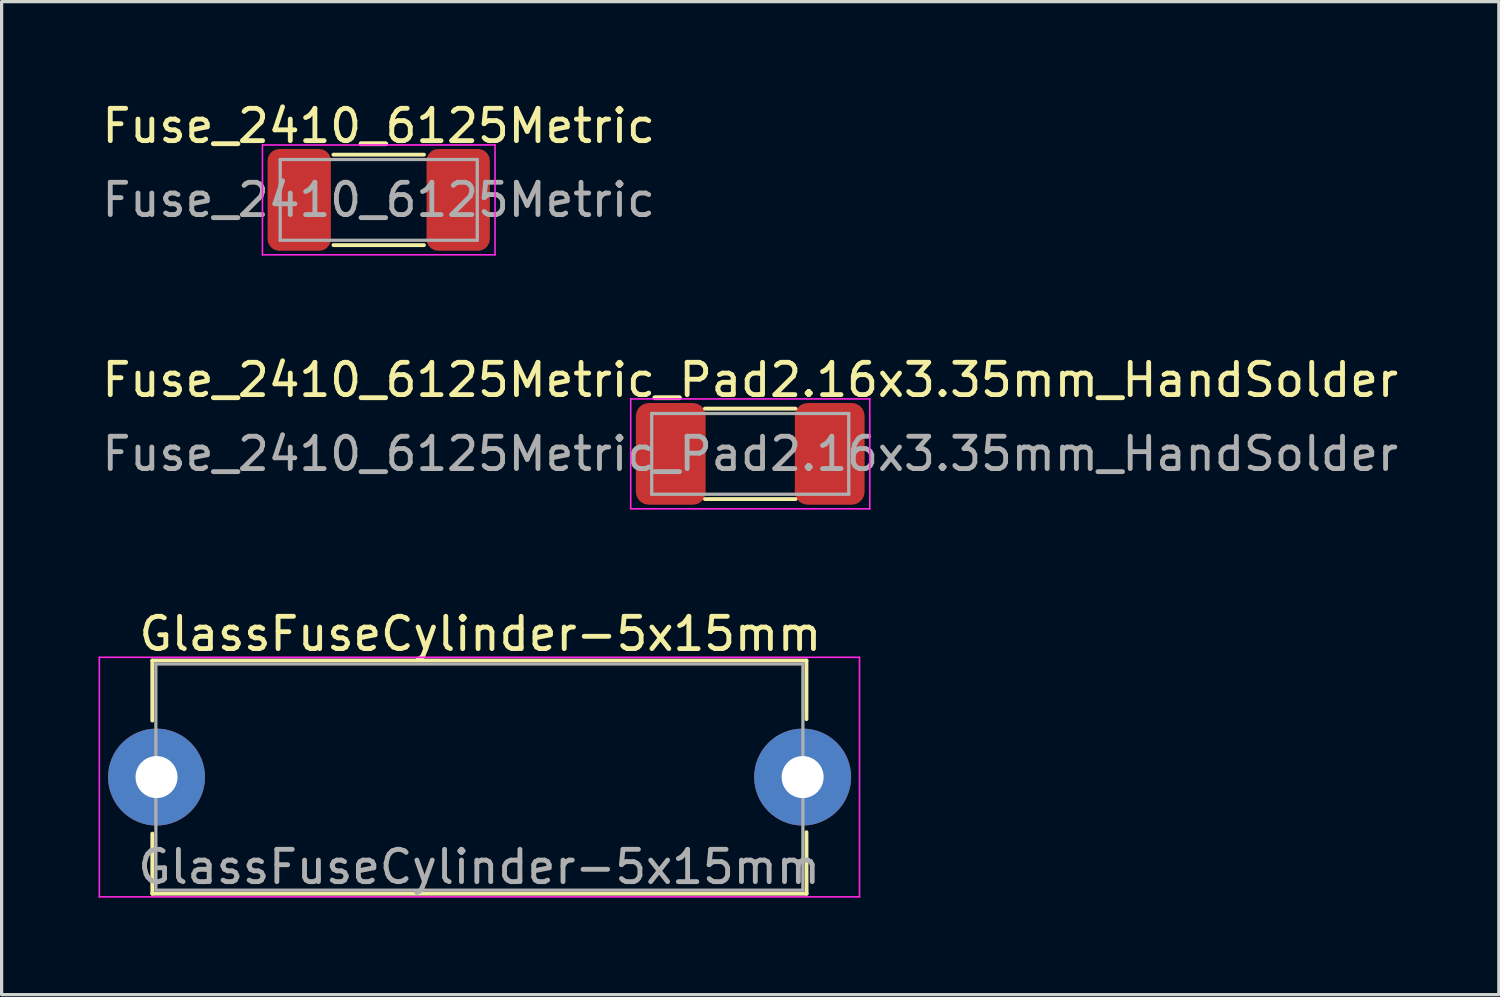
<source format=kicad_pcb>
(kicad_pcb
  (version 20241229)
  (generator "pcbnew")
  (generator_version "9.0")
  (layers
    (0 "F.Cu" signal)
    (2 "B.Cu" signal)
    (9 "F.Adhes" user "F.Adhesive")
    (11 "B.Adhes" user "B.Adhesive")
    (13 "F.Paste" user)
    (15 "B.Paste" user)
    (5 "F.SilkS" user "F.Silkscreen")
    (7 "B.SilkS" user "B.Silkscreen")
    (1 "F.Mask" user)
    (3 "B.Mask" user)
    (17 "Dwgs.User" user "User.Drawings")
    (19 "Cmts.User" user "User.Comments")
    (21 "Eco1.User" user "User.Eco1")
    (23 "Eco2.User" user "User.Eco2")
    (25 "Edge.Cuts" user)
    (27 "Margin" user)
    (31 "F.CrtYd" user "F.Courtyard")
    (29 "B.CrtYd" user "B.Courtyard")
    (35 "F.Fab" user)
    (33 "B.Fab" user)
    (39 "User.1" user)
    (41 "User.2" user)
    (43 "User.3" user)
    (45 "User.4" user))
  (footprint "GlassFuseCylinder-5x15mm"
    (layer "F.Cu")
    (at 11.795 21.004)
    (property "Reference" "GlassFuseCylinder-5x15mm" (at 0.025 -4.432 0) (layer "F.SilkS") (effects (font (size 1 1) (thickness 0.15))))
    (attr through_hole)
    (fp_line (start -10.13 -3.61) (end 10.118 -3.607) (stroke (width 0.12) (type solid)) (layer "F.SilkS"))
    (fp_line (start -10.13 -1.75) (end -10.13 -3.61) (stroke (width 0.12) (type solid)) (layer "F.SilkS"))
    (fp_line (start -10.13 3.61) (end -10.13 1.75) (stroke (width 0.12) (type solid)) (layer "F.SilkS"))
    (fp_line (start -10.13 3.61) (end 10.122 3.61) (stroke (width 0.12) (type solid)) (layer "F.SilkS"))
    (fp_line (start 10.118 -1.793) (end 10.118 -3.607) (stroke (width 0.12) (type solid)) (layer "F.SilkS"))
    (fp_line (start 10.122 3.61) (end 10.118 1.707) (stroke (width 0.12) (type solid)) (layer "F.SilkS"))
    (fp_line (start -11.77 -3.708) (end 11.76 -3.708) (stroke (width 0.05) (type solid)) (layer "F.CrtYd"))
    (fp_line (start -11.77 3.708) (end -11.77 -3.708) (stroke (width 0.05) (type solid)) (layer "F.CrtYd"))
    (fp_line (start 11.76 -3.708) (end 11.76 3.708) (stroke (width 0.05) (type solid)) (layer "F.CrtYd"))
    (fp_line (start 11.76 3.708) (end -11.77 3.708) (stroke (width 0.05) (type solid)) (layer "F.CrtYd"))
    (fp_line (start -10.02 -3.5) (end -10.02 3.5) (stroke (width 0.1) (type solid)) (layer "F.Fab"))
    (fp_line (start -10.02 3.5) (end 10.008 3.5) (stroke (width 0.1) (type solid)) (layer "F.Fab"))
    (fp_line (start 10.008 -3.5) (end -10.02 -3.5) (stroke (width 0.1) (type solid)) (layer "F.Fab"))
    (fp_line (start 10.008 3.5) (end 10.008 -3.5) (stroke (width 0.1) (type solid)) (layer "F.Fab"))
    (fp_text user "${REFERENCE}" (at -0.013 2.781 0) (layer "F.Fab") (effects (font (size 1 1) (thickness 0.15))))
    (pad "1" thru_hole circle (at -10 0) (size 3 3) (drill 1.3) (layers "*.Cu" "*.Mask"))
    (pad "2" thru_hole circle (at 10 0) (size 3 3) (drill 1.3) (layers "*.Cu" "*.Mask")))
  (footprint "Fuse_2410_6125Metric"
    (layer "F.Cu")
    (at 8.673 3.137)
    (property "Reference" "Fuse_2410_6125Metric" (at 0 -2.289 0) (layer "F.SilkS") (effects (font (size 1 1) (thickness 0.15))))
    (attr smd)
    (fp_line (start -1.402 -1.4) (end 1.4 -1.4) (stroke (width 0.12) (type solid)) (layer "F.SilkS"))
    (fp_line (start -1.4 1.4) (end 1.4 1.4) (stroke (width 0.12) (type solid)) (layer "F.SilkS"))
    (fp_line (start -3.599 -1.699) (end 3.6 -1.7) (stroke (width 0.05) (type solid)) (layer "F.CrtYd"))
    (fp_line (start -3.599 1.699) (end -3.599 -1.699) (stroke (width 0.05) (type solid)) (layer "F.CrtYd"))
    (fp_line (start 3.6 -1.7) (end 3.6 1.7) (stroke (width 0.05) (type solid)) (layer "F.CrtYd"))
    (fp_line (start 3.6 1.7) (end -3.6 1.7) (stroke (width 0.05) (type solid)) (layer "F.CrtYd"))
    (fp_line (start -3.05 -1.25) (end 3.05 -1.25) (stroke (width 0.1) (type solid)) (layer "F.Fab"))
    (fp_line (start -3.05 1.25) (end -3.05 -1.25) (stroke (width 0.1) (type solid)) (layer "F.Fab"))
    (fp_line (start 3.05 -1.25) (end 3.05 1.25) (stroke (width 0.1) (type solid)) (layer "F.Fab"))
    (fp_line (start 3.05 1.25) (end -3.05 1.25) (stroke (width 0.1) (type solid)) (layer "F.Fab"))
    (fp_text user "${REFERENCE}" (at 0 0 0) (layer "F.Fab") (effects (font (size 1 1) (thickness 0.15))))
    (pad "1" smd roundrect (at -2.46 0) (size 1.96 3.15) (layers "F.Cu" "F.Mask" "F.Paste") (roundrect_rratio 0.185))
    (pad "2" smd roundrect (at 2.46 0) (size 1.96 3.15) (layers "F.Cu" "F.Mask" "F.Paste") (roundrect_rratio 0.185)))
  (footprint "Fuse_2410_6125Metric_Pad2.16x3.35mm_HandSolder"
    (layer "F.Cu")
    (at 20.173 10.999)
    (property "Reference" "Fuse_2410_6125Metric_Pad2.16x3.35mm_HandSolder" (at 0 -2.289 0) (layer "F.SilkS") (effects (font (size 1 1) (thickness 0.15))))
    (attr smd)
    (fp_line (start -1.402 -1.4) (end 1.4 -1.4) (stroke (width 0.12) (type solid)) (layer "F.SilkS"))
    (fp_line (start -1.4 1.4) (end 1.4 1.4) (stroke (width 0.12) (type solid)) (layer "F.SilkS"))
    (fp_line (start -3.7 -1.7) (end 3.7 -1.7) (stroke (width 0.05) (type solid)) (layer "F.CrtYd"))
    (fp_line (start -3.7 1.7) (end -3.7 -1.7) (stroke (width 0.05) (type solid)) (layer "F.CrtYd"))
    (fp_line (start 3.7 -1.7) (end 3.7 1.7) (stroke (width 0.05) (type solid)) (layer "F.CrtYd"))
    (fp_line (start 3.7 1.7) (end -3.7 1.7) (stroke (width 0.05) (type solid)) (layer "F.CrtYd"))
    (fp_line (start -3.05 -1.25) (end 3.05 -1.25) (stroke (width 0.1) (type solid)) (layer "F.Fab"))
    (fp_line (start -3.05 1.25) (end -3.05 -1.25) (stroke (width 0.1) (type solid)) (layer "F.Fab"))
    (fp_line (start 3.05 -1.25) (end 3.05 1.25) (stroke (width 0.1) (type solid)) (layer "F.Fab"))
    (fp_line (start 3.05 1.25) (end -3.05 1.25) (stroke (width 0.1) (type solid)) (layer "F.Fab"))
    (fp_text user "${REFERENCE}" (at 0 0 0) (layer "F.Fab") (effects (font (size 1 1) (thickness 0.15))))
    (pad "1" smd roundrect (at -2.46 0) (size 2.16 3.15) (layers "F.Cu" "F.Mask" "F.Paste") (roundrect_rratio 0.185))
    (pad "2" smd roundrect (at 2.46 0) (size 2.16 3.15) (layers "F.Cu" "F.Mask" "F.Paste") (roundrect_rratio 0.185)))
  (gr_rect
    (start -3 -3)
    (end 43.345 27.738)
    (stroke (width 0.1) (type default))
    (fill no)
    (layer "Edge.Cuts")))
</source>
